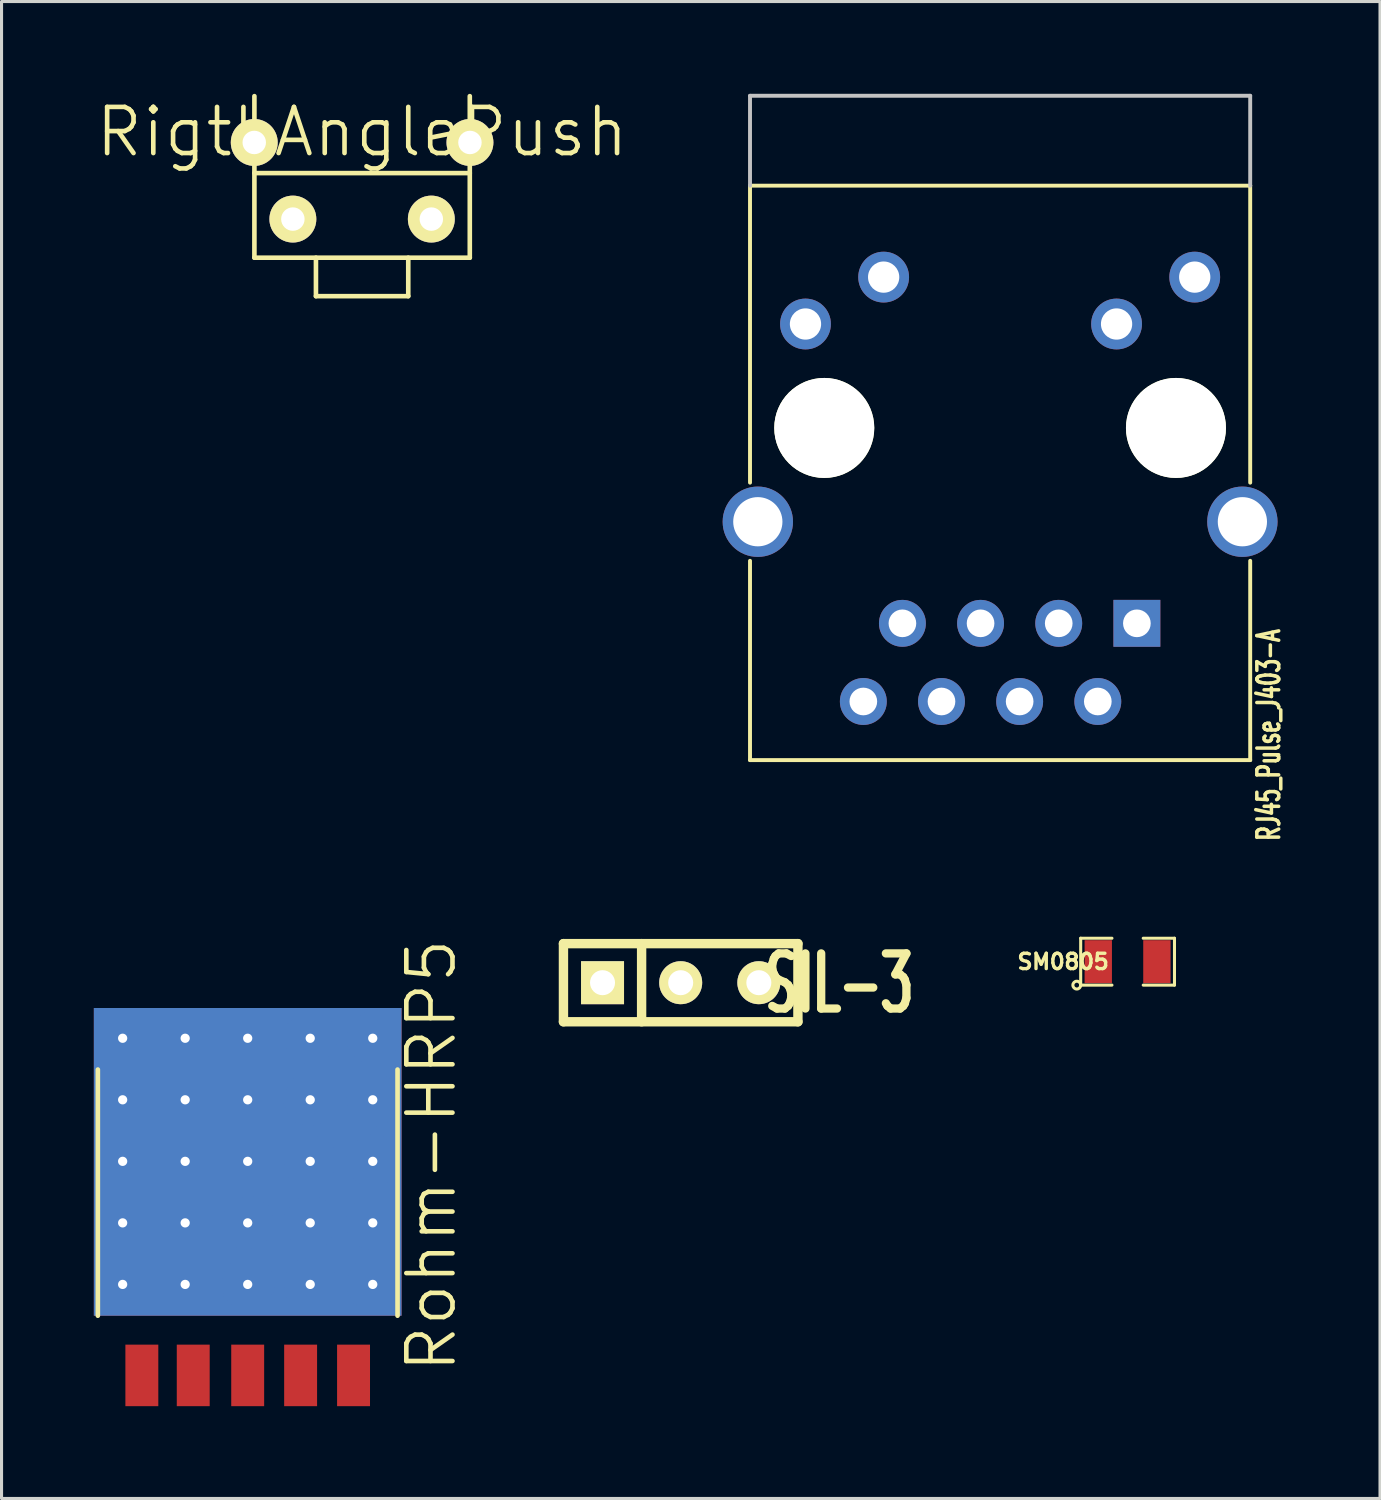
<source format=kicad_pcb>
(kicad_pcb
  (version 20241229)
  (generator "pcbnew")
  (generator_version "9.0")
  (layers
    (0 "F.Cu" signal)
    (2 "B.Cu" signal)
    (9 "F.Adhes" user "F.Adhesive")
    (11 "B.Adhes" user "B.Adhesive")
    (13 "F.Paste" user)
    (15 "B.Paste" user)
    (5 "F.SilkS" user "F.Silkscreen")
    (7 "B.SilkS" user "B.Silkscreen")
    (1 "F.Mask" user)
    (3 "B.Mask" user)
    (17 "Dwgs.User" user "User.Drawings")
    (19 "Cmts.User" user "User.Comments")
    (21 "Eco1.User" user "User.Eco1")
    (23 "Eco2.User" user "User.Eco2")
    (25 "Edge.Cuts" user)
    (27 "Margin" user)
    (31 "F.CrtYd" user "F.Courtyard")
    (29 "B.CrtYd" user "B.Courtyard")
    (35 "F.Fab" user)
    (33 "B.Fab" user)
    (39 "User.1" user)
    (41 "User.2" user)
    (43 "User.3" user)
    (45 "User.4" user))
  (footprint "RJ45_Pulse_J403-A"
    (layer "F.Cu")
    (at 29.453 10.858)
    (property "Reference" "RJ45_Pulse_J403-A" (at 8.731 9.979 90) (layer "F.SilkS") (effects (font (size 0.711 0.457) (thickness 0.114))))
    (attr through_hole)
    (fp_line (start -8.128 -7.874) (end 8.128 -7.874) (stroke (width 0.127) (type solid)) (layer "F.SilkS"))
    (fp_line (start -8.128 1.778) (end -8.128 -7.874) (stroke (width 0.127) (type solid)) (layer "F.SilkS"))
    (fp_line (start -8.128 10.795) (end -8.128 4.318) (stroke (width 0.127) (type solid)) (layer "F.SilkS"))
    (fp_line (start 8.128 -7.874) (end 8.128 1.778) (stroke (width 0.127) (type solid)) (layer "F.SilkS"))
    (fp_line (start 8.128 4.318) (end 8.128 10.795) (stroke (width 0.127) (type solid)) (layer "F.SilkS"))
    (fp_line (start 8.128 10.795) (end -8.128 10.795) (stroke (width 0.127) (type solid)) (layer "F.SilkS"))
    (fp_line (start -8.128 -10.795) (end 8.128 -10.795) (stroke (width 0.127) (type solid)) (layer "Dwgs.User"))
    (fp_line (start -8.128 -7.874) (end -8.128 -10.795) (stroke (width 0.127) (type solid)) (layer "Dwgs.User"))
    (fp_line (start 8.128 -10.795) (end 8.128 -7.874) (stroke (width 0.127) (type solid)) (layer "Dwgs.User"))
    (pad "" np_thru_hole circle (at -5.715 0 180) (size 3.25 3.25) (drill 3.25) (layers "*.Cu" "*.Mask" "F.SilkS"))
    (pad "" np_thru_hole circle (at 5.715 0 180) (size 3.25 3.25) (drill 3.25) (layers "*.Cu" "*.Mask" "F.SilkS"))
    (pad "1" thru_hole rect (at 4.445 6.35) (size 1.524 1.524) (drill 0.899) (layers "*.Cu" "*.Mask"))
    (pad "2" thru_hole circle (at 3.175 8.89) (size 1.524 1.524) (drill 0.899) (layers "*.Cu" "*.Mask"))
    (pad "3" thru_hole circle (at 1.905 6.35) (size 1.524 1.524) (drill 0.899) (layers "*.Cu" "*.Mask"))
    (pad "4" thru_hole circle (at 0.635 8.89) (size 1.524 1.524) (drill 0.899) (layers "*.Cu" "*.Mask"))
    (pad "5" thru_hole circle (at -0.635 6.35) (size 1.524 1.524) (drill 0.899) (layers "*.Cu" "*.Mask"))
    (pad "6" thru_hole circle (at -1.905 8.89) (size 1.524 1.524) (drill 0.899) (layers "*.Cu" "*.Mask"))
    (pad "7" thru_hole circle (at -3.175 6.35) (size 1.524 1.524) (drill 0.899) (layers "*.Cu" "*.Mask"))
    (pad "8" thru_hole circle (at -4.445 8.89) (size 1.524 1.524) (drill 0.899) (layers "*.Cu" "*.Mask"))
    (pad "9" thru_hole circle (at 6.325 -4.902 180) (size 1.651 1.651) (drill 1.016) (layers "*.Cu" "*.Mask"))
    (pad "10" thru_hole circle (at 3.785 -3.378 180) (size 1.651 1.651) (drill 1.016) (layers "*.Cu" "*.Mask"))
    (pad "11" thru_hole circle (at -3.785 -4.902 180) (size 1.651 1.651) (drill 1.016) (layers "*.Cu" "*.Mask"))
    (pad "12" thru_hole circle (at -6.325 -3.378 180) (size 1.651 1.651) (drill 1.016) (layers "*.Cu" "*.Mask"))
    (pad "13" thru_hole circle (at 7.874 3.048 180) (size 2.286 2.286) (drill 1.6) (layers "*.Cu" "*.Mask"))
    (pad "14" thru_hole circle (at -7.874 3.048 180) (size 2.286 2.286) (drill 1.6) (layers "*.Cu" "*.Mask")))
  (footprint "SM0805"
    (layer "F.Cu")
    (at 33.596 28.204)
    (property "Reference" "SM0805" (at -2.095 0 0) (layer "F.SilkS") (effects (font (size 0.5 0.5) (thickness 0.109))))
    (attr smd)
    (fp_line (start -1.524 -0.762) (end -0.508 -0.762) (stroke (width 0.099) (type solid)) (layer "F.SilkS"))
    (fp_line (start -1.524 0.762) (end -1.524 -0.762) (stroke (width 0.099) (type solid)) (layer "F.SilkS"))
    (fp_line (start -0.508 0.762) (end -1.524 0.762) (stroke (width 0.099) (type solid)) (layer "F.SilkS"))
    (fp_line (start 0.508 -0.762) (end 1.524 -0.762) (stroke (width 0.099) (type solid)) (layer "F.SilkS"))
    (fp_line (start 1.524 -0.762) (end 1.524 0.762) (stroke (width 0.099) (type solid)) (layer "F.SilkS"))
    (fp_line (start 1.524 0.762) (end 0.508 0.762) (stroke (width 0.099) (type solid)) (layer "F.SilkS"))
    (fp_circle (center -1.651 0.762) (end -1.651 0.635) (stroke (width 0.099) (type solid)) (fill no) (layer "F.SilkS"))
    (pad "1" smd rect (at -0.953 0) (size 0.889 1.397) (layers "F.Cu" "F.Mask" "F.Paste"))
    (pad "2" smd rect (at 0.953 0) (size 0.889 1.397) (layers "F.Cu" "F.Mask" "F.Paste")))
  (footprint "Rohm-HRP5"
    (layer "F.Cu")
    (at 5 39.71)
    (property "Reference" "Rohm-HRP5" (at 5.969 -5.207 90) (layer "F.SilkS") (effects (font (size 1.5 1.5) (thickness 0.15))))
    (attr through_hole)
    (fp_line (start -4.87 0) (end -4.87 -8) (stroke (width 0.15) (type solid)) (layer "F.SilkS"))
    (fp_line (start 4.87 -8) (end 4.87 0) (stroke (width 0.15) (type solid)) (layer "F.SilkS"))
    (pad "1" smd rect (at -3.44 1.94) (size 1.07 2) (layers "F.Cu" "F.Mask" "F.Paste"))
    (pad "2" smd rect (at -1.77 1.94) (size 1.07 2) (layers "F.Cu" "F.Mask" "F.Paste"))
    (pad "3" smd rect (at 0 1.94) (size 1.07 2) (layers "F.Cu" "F.Mask" "F.Paste"))
    (pad "4" smd rect (at 1.72 1.94) (size 1.07 2) (layers "F.Cu" "F.Mask" "F.Paste"))
    (pad "5" smd rect (at 3.44 1.94) (size 1.07 2) (layers "F.Cu" "F.Mask" "F.Paste"))
    (pad "FIN" thru_hole circle (at -4.064 -9.017) (size 1.72 1.72) (drill 0.3) (layers "*.Cu"))
    (pad "FIN" thru_hole circle (at -4.064 -7.017) (size 1.72 1.72) (drill 0.3) (layers "*.Cu"))
    (pad "FIN" thru_hole circle (at -4.064 -5.017) (size 1.72 1.72) (drill 0.3) (layers "*.Cu"))
    (pad "FIN" thru_hole circle (at -4.064 -3.017) (size 1.72 1.72) (drill 0.3) (layers "*.Cu"))
    (pad "FIN" thru_hole circle (at -4.064 -1.017) (size 1.72 1.72) (drill 0.3) (layers "*.Cu"))
    (pad "FIN" thru_hole circle (at -2.032 -9.017) (size 1.72 1.72) (drill 0.3) (layers "*.Cu"))
    (pad "FIN" thru_hole circle (at -2.032 -7.017) (size 1.72 1.72) (drill 0.3) (layers "*.Cu"))
    (pad "FIN" thru_hole circle (at -2.032 -5.017) (size 1.72 1.72) (drill 0.3) (layers "*.Cu"))
    (pad "FIN" thru_hole circle (at -2.032 -3.017) (size 1.72 1.72) (drill 0.3) (layers "*.Cu"))
    (pad "FIN" thru_hole circle (at -2.032 -1.017) (size 1.72 1.72) (drill 0.3) (layers "*.Cu"))
    (pad "FIN" thru_hole circle (at 0 -9.017) (size 1.72 1.72) (drill 0.3) (layers "*.Cu"))
    (pad "FIN" thru_hole circle (at 0 -7.017) (size 1.72 1.72) (drill 0.3) (layers "*.Cu"))
    (pad "FIN" thru_hole circle (at 0 -5.017) (size 1.72 1.72) (drill 0.3) (layers "*.Cu"))
    (pad "FIN" smd rect (at 0 -5) (size 10 10) (layers "F.Cu" "F.Mask" "F.Paste"))
    (pad "FIN" smd rect (at 0 -5) (size 10 10) (layers "F.Mask" "B.Cu" "F.Paste"))
    (pad "FIN" thru_hole circle (at 0 -3.017) (size 1.72 1.72) (drill 0.3) (layers "*.Cu"))
    (pad "FIN" thru_hole circle (at 0 -1.017) (size 1.72 1.72) (drill 0.3) (layers "*.Cu"))
    (pad "FIN" thru_hole circle (at 2.032 -9.017) (size 1.72 1.72) (drill 0.3) (layers "*.Cu"))
    (pad "FIN" thru_hole circle (at 2.032 -7.017) (size 1.72 1.72) (drill 0.3) (layers "*.Cu"))
    (pad "FIN" thru_hole circle (at 2.032 -5.017) (size 1.72 1.72) (drill 0.3) (layers "*.Cu"))
    (pad "FIN" thru_hole circle (at 2.032 -3.017) (size 1.72 1.72) (drill 0.3) (layers "*.Cu"))
    (pad "FIN" thru_hole circle (at 2.032 -1.017) (size 1.72 1.72) (drill 0.3) (layers "*.Cu"))
    (pad "FIN" thru_hole circle (at 4.064 -9.017) (size 1.72 1.72) (drill 0.3) (layers "*.Cu"))
    (pad "FIN" thru_hole circle (at 4.064 -7.017) (size 1.72 1.72) (drill 0.3) (layers "*.Cu"))
    (pad "FIN" thru_hole circle (at 4.064 -5.017) (size 1.72 1.72) (drill 0.3) (layers "*.Cu"))
    (pad "FIN" thru_hole circle (at 4.064 -3.017) (size 1.72 1.72) (drill 0.3) (layers "*.Cu"))
    (pad "FIN" thru_hole circle (at 4.064 -1.017) (size 1.72 1.72) (drill 0.3) (layers "*.Cu")))
  (footprint "SIL-3"
    (layer "F.Cu")
    (at 19.072 28.887)
    (property "Reference" "SIL-3" (at 5.156 0.025 0) (layer "F.SilkS") (effects (font (size 1.791 1.077) (thickness 0.305))))
    (attr through_hole)
    (fp_line (start -3.81 -1.27) (end 3.81 -1.27) (stroke (width 0.305) (type solid)) (layer "F.SilkS"))
    (fp_line (start -3.81 1.27) (end -3.81 -1.27) (stroke (width 0.305) (type solid)) (layer "F.SilkS"))
    (fp_line (start -1.27 -1.27) (end -1.27 1.27) (stroke (width 0.305) (type solid)) (layer "F.SilkS"))
    (fp_line (start 3.81 -1.27) (end 3.81 1.27) (stroke (width 0.305) (type solid)) (layer "F.SilkS"))
    (fp_line (start 3.81 1.27) (end -3.81 1.27) (stroke (width 0.305) (type solid)) (layer "F.SilkS"))
    (pad "1" thru_hole rect (at -2.54 0) (size 1.397 1.397) (drill 0.813) (layers "*.Cu" "*.Mask" "F.SilkS"))
    (pad "2" thru_hole circle (at 0 0) (size 1.397 1.397) (drill 0.813) (layers "*.Cu" "*.Mask" "F.SilkS"))
    (pad "3" thru_hole circle (at 2.54 0) (size 1.397 1.397) (drill 0.813) (layers "*.Cu" "*.Mask" "F.SilkS")))
  (footprint "RigthAnglePush"
    (layer "F.Cu")
    (at 8.718 2.825)
    (property "Reference" "RigthAnglePush" (at 0 -1.587 0) (layer "F.SilkS") (effects (font (size 1.5 1.5) (thickness 0.15))))
    (attr through_hole)
    (fp_line (start -3.5 -2) (end -3.5 -2.75) (stroke (width 0.15) (type solid)) (layer "F.SilkS"))
    (fp_line (start -3.5 -0.5) (end -3.5 2.5) (stroke (width 0.15) (type solid)) (layer "F.SilkS"))
    (fp_line (start -3.5 -0.25) (end 3.5 -0.25) (stroke (width 0.15) (type solid)) (layer "F.SilkS"))
    (fp_line (start -3.5 2.5) (end 3.5 2.5) (stroke (width 0.15) (type solid)) (layer "F.SilkS"))
    (fp_line (start -1.5 2.5) (end -1.5 3.75) (stroke (width 0.15) (type solid)) (layer "F.SilkS"))
    (fp_line (start -1.5 3.75) (end 1.5 3.75) (stroke (width 0.15) (type solid)) (layer "F.SilkS"))
    (fp_line (start 1.5 3.75) (end 1.5 2.5) (stroke (width 0.15) (type solid)) (layer "F.SilkS"))
    (fp_line (start 3.5 -2) (end 3.5 -2.75) (stroke (width 0.15) (type solid)) (layer "F.SilkS"))
    (fp_line (start 3.5 -0.5) (end 3.5 2.5) (stroke (width 0.15) (type solid)) (layer "F.SilkS"))
    (pad "1" thru_hole circle (at -2.25 1.245) (size 1.524 1.524) (drill 0.762) (layers "*.Cu" "*.Mask" "F.SilkS"))
    (pad "2" thru_hole circle (at 2.25 1.245) (size 1.524 1.524) (drill 0.762) (layers "*.Cu" "*.Mask" "F.SilkS"))
    (pad "SH" thru_hole circle (at -3.505 -1.245) (size 1.524 1.524) (drill 0.762) (layers "*.Cu" "*.Mask" "F.SilkS"))
    (pad "SH" thru_hole circle (at 3.505 -1.245) (size 1.524 1.524) (drill 0.762) (layers "*.Cu" "*.Mask" "F.SilkS")))
  (gr_rect
    (start -3 -3)
    (end 41.8 45.65)
    (stroke (width 0.1) (type default))
    (fill no)
    (layer "Edge.Cuts")))
</source>
